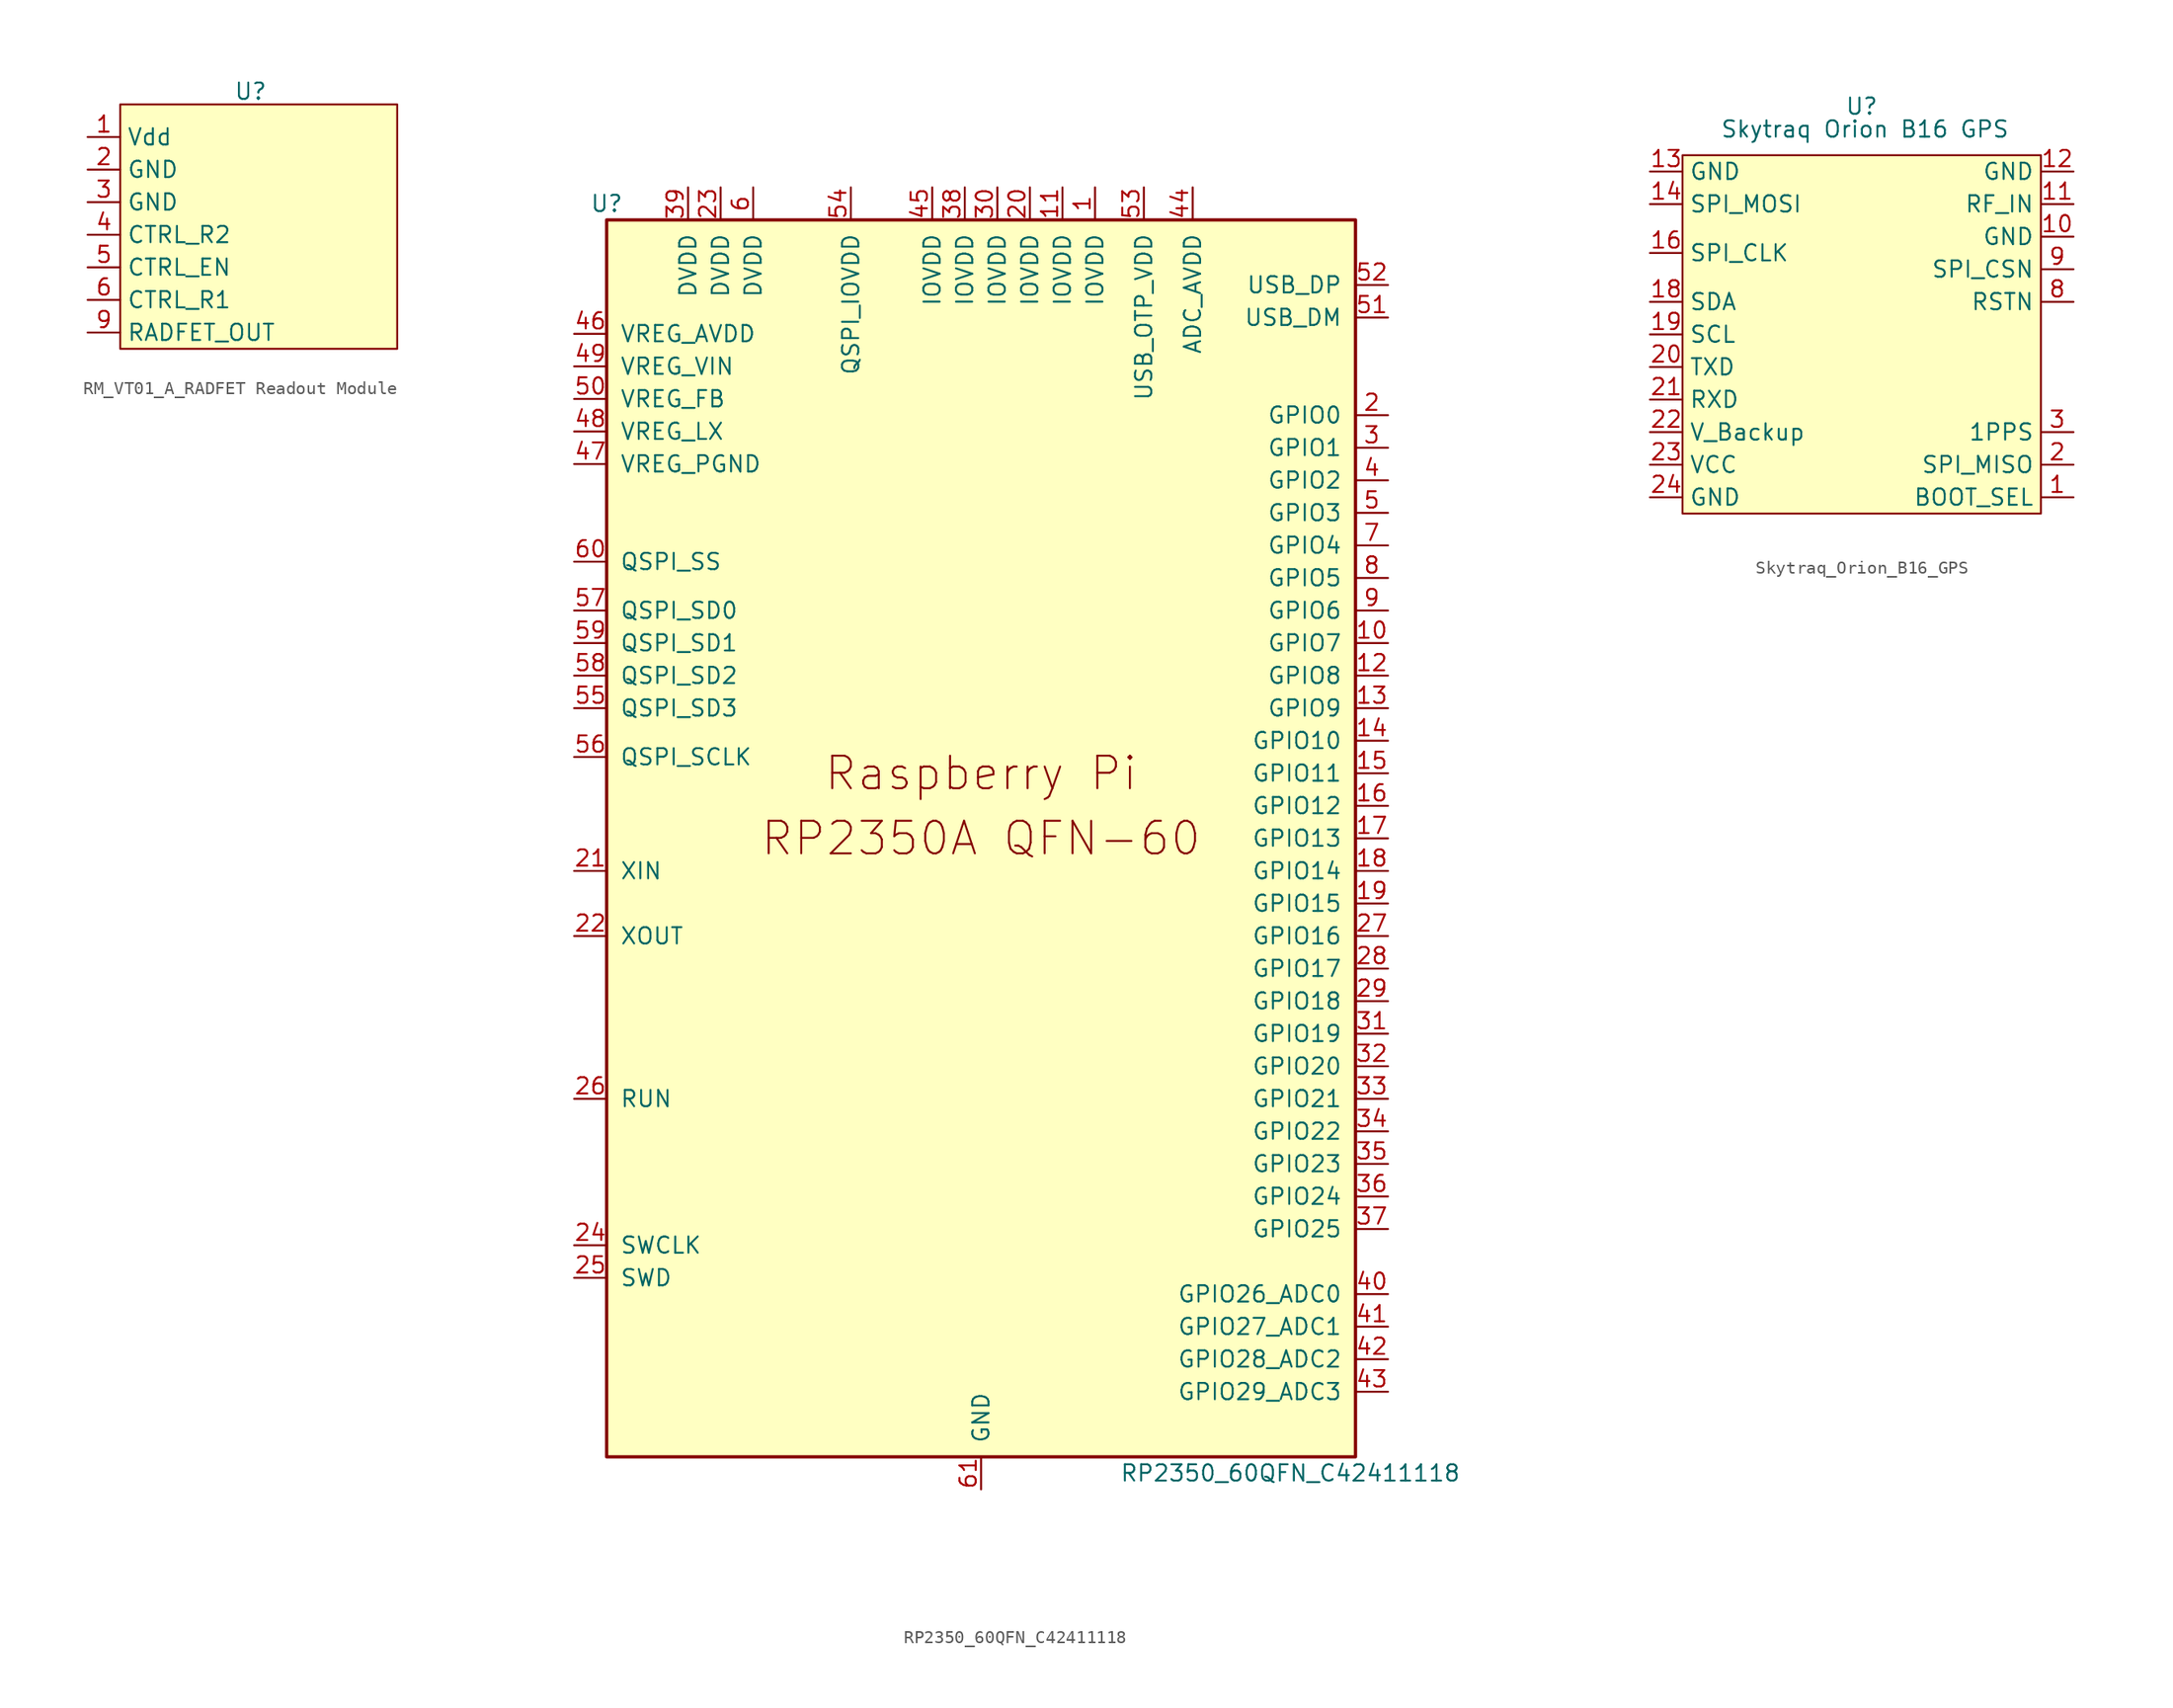
<source format=kicad_sym>
(kicad_symbol_lib
  (version 20241209)
  (generator "kicad_symbol_editor")
  (generator_version "9.0")
  (symbol "RM_VT01_A_RADFET Readout Module"
    (property "Reference" "U"
      (at 0 3.556 0)
      (effects (font (size 1.27 1.27))))
    (property "Value" ""
      (at 0 0 0)
      (effects (font (size 1.27 1.27))))
    (symbol "RM_VT01_A_RADFET Readout Module_1_1"
      (rectangle (start -10.16 2.54) (end 11.43 -16.51) (stroke (width 0) (type solid)) (fill (type background)))
      (pin input line (at -12.7 0 0) (length 2.54) (name "Vdd" (effects (font (size 1.27 1.27)))) (number "1" (effects (font (size 1.27 1.27)))))
      (pin output line (at -12.7 -2.54 0) (length 2.54) (name "GND" (effects (font (size 1.27 1.27)))) (number "2" (effects (font (size 1.27 1.27)))))
      (pin output line (at -12.7 -5.08 0) (length 2.54) (name "GND" (effects (font (size 1.27 1.27)))) (number "3" (effects (font (size 1.27 1.27)))))
      (pin input line (at -12.7 -7.62 0) (length 2.54) (name "CTRL_R2" (effects (font (size 1.27 1.27)))) (number "4" (effects (font (size 1.27 1.27)))))
      (pin input line (at -12.7 -10.16 0) (length 2.54) (name "CTRL_EN" (effects (font (size 1.27 1.27)))) (number "5" (effects (font (size 1.27 1.27)))))
      (pin input line (at -12.7 -12.7 0) (length 2.54) (name "CTRL_R1" (effects (font (size 1.27 1.27)))) (number "6" (effects (font (size 1.27 1.27)))))
      (pin output line (at -12.7 -15.24 0) (length 2.54) (name "RADFET_OUT" (effects (font (size 1.27 1.27)))) (number "9" (effects (font (size 1.27 1.27)))))))
  (symbol "RP2350_60QFN_C42411118"
    (pin_names
      (offset 1.016))
    (property "Reference" "U"
      (at -29.21 49.53 0)
      (effects (font (size 1.27 1.27))))
    (property "Value" "RP2350_60QFN_C42411118"
      (at 24.13 -49.53 0)
      (effects (font (size 1.27 1.27))))
    (symbol "RP2350_60QFN_C42411118_0_0"
      (text "Raspberry Pi" (at 0 5.08 0) (effects (font (size 2.54 2.54)))))
    (symbol "RP2350_60QFN_C42411118_0_1"
      (rectangle (start -29.21 48.26) (end 29.21 -48.26) (stroke (width 0.254) (type default)) (fill (type background))))
    (symbol "RP2350_60QFN_C42411118_1_0"
      (text "RP2350A QFN-60" (at 0 0 0) (effects (font (size 2.54 2.54)))))
    (symbol "RP2350_60QFN_C42411118_1_1"
      (pin power_in line (at -31.75 39.37 0) (length 2.54) (name "VREG_AVDD" (effects (font (size 1.27 1.27)))) (number "46" (effects (font (size 1.27 1.27)))))
      (pin power_in line (at -31.75 36.83 0) (length 2.54) (name "VREG_VIN" (effects (font (size 1.27 1.27)))) (number "49" (effects (font (size 1.27 1.27)))))
      (pin input line (at -31.75 34.29 0) (length 2.54) (name "VREG_FB" (effects (font (size 1.27 1.27)))) (number "50" (effects (font (size 1.27 1.27)))))
      (pin power_out line (at -31.75 31.75 0) (length 2.54) (name "VREG_LX" (effects (font (size 1.27 1.27)))) (number "48" (effects (font (size 1.27 1.27)))))
      (pin power_in line (at -31.75 29.21 0) (length 2.54) (name "VREG_PGND" (effects (font (size 1.27 1.27)))) (number "47" (effects (font (size 1.27 1.27)))))
      (pin bidirectional line (at -31.75 21.59 0) (length 2.54) (name "QSPI_SS" (effects (font (size 1.27 1.27)))) (number "60" (effects (font (size 1.27 1.27)))))
      (pin bidirectional line (at -31.75 17.78 0) (length 2.54) (name "QSPI_SD0" (effects (font (size 1.27 1.27)))) (number "57" (effects (font (size 1.27 1.27)))))
      (pin bidirectional line (at -31.75 15.24 0) (length 2.54) (name "QSPI_SD1" (effects (font (size 1.27 1.27)))) (number "59" (effects (font (size 1.27 1.27)))))
      (pin bidirectional line (at -31.75 12.7 0) (length 2.54) (name "QSPI_SD2" (effects (font (size 1.27 1.27)))) (number "58" (effects (font (size 1.27 1.27)))))
      (pin bidirectional line (at -31.75 10.16 0) (length 2.54) (name "QSPI_SD3" (effects (font (size 1.27 1.27)))) (number "55" (effects (font (size 1.27 1.27)))))
      (pin output line (at -31.75 6.35 0) (length 2.54) (name "QSPI_SCLK" (effects (font (size 1.27 1.27)))) (number "56" (effects (font (size 1.27 1.27)))))
      (pin input line (at -31.75 -2.54 0) (length 2.54) (name "XIN" (effects (font (size 1.27 1.27)))) (number "21" (effects (font (size 1.27 1.27)))))
      (pin passive line (at -31.75 -7.62 0) (length 2.54) (name "XOUT" (effects (font (size 1.27 1.27)))) (number "22" (effects (font (size 1.27 1.27)))))
      (pin input line (at -31.75 -20.32 0) (length 2.54) (name "RUN" (effects (font (size 1.27 1.27)))) (number "26" (effects (font (size 1.27 1.27)))))
      (pin output line (at -31.75 -31.75 0) (length 2.54) (name "SWCLK" (effects (font (size 1.27 1.27)))) (number "24" (effects (font (size 1.27 1.27)))))
      (pin bidirectional line (at -31.75 -34.29 0) (length 2.54) (name "SWD" (effects (font (size 1.27 1.27)))) (number "25" (effects (font (size 1.27 1.27)))))
      (pin power_in line (at -22.86 50.8 270) (length 2.54) (name "DVDD" (effects (font (size 1.27 1.27)))) (number "39" (effects (font (size 1.27 1.27)))))
      (pin power_in line (at -20.32 50.8 270) (length 2.54) (name "DVDD" (effects (font (size 1.27 1.27)))) (number "23" (effects (font (size 1.27 1.27)))))
      (pin power_in line (at -17.78 50.8 270) (length 2.54) (name "DVDD" (effects (font (size 1.27 1.27)))) (number "6" (effects (font (size 1.27 1.27)))))
      (pin power_in line (at -10.16 50.8 270) (length 2.54) (name "QSPI_IOVDD" (effects (font (size 1.27 1.27)))) (number "54" (effects (font (size 1.27 1.27)))))
      (pin power_in line (at -3.81 50.8 270) (length 2.54) (name "IOVDD" (effects (font (size 1.27 1.27)))) (number "45" (effects (font (size 1.27 1.27)))))
      (pin power_in line (at -1.27 50.8 270) (length 2.54) (name "IOVDD" (effects (font (size 1.27 1.27)))) (number "38" (effects (font (size 1.27 1.27)))))
      (pin power_in line (at 0 -50.8 90) (length 2.54) (name "GND" (effects (font (size 1.27 1.27)))) (number "61" (effects (font (size 1.27 1.27)))))
      (pin power_in line (at 1.27 50.8 270) (length 2.54) (name "IOVDD" (effects (font (size 1.27 1.27)))) (number "30" (effects (font (size 1.27 1.27)))))
      (pin power_in line (at 3.81 50.8 270) (length 2.54) (name "IOVDD" (effects (font (size 1.27 1.27)))) (number "20" (effects (font (size 1.27 1.27)))))
      (pin power_in line (at 6.35 50.8 270) (length 2.54) (name "IOVDD" (effects (font (size 1.27 1.27)))) (number "11" (effects (font (size 1.27 1.27)))))
      (pin power_in line (at 8.89 50.8 270) (length 2.54) (name "IOVDD" (effects (font (size 1.27 1.27)))) (number "1" (effects (font (size 1.27 1.27)))))
      (pin power_in line (at 12.7 50.8 270) (length 2.54) (name "USB_OTP_VDD" (effects (font (size 1.27 1.27)))) (number "53" (effects (font (size 1.27 1.27)))))
      (pin power_in line (at 16.51 50.8 270) (length 2.54) (name "ADC_AVDD" (effects (font (size 1.27 1.27)))) (number "44" (effects (font (size 1.27 1.27)))))
      (pin bidirectional line (at 31.75 43.18 180) (length 2.54) (name "USB_DP" (effects (font (size 1.27 1.27)))) (number "52" (effects (font (size 1.27 1.27)))))
      (pin bidirectional line (at 31.75 40.64 180) (length 2.54) (name "USB_DM" (effects (font (size 1.27 1.27)))) (number "51" (effects (font (size 1.27 1.27)))))
      (pin bidirectional line (at 31.75 33.02 180) (length 2.54) (name "GPIO0" (effects (font (size 1.27 1.27)))) (number "2" (effects (font (size 1.27 1.27)))))
      (pin bidirectional line (at 31.75 30.48 180) (length 2.54) (name "GPIO1" (effects (font (size 1.27 1.27)))) (number "3" (effects (font (size 1.27 1.27)))))
      (pin bidirectional line (at 31.75 27.94 180) (length 2.54) (name "GPIO2" (effects (font (size 1.27 1.27)))) (number "4" (effects (font (size 1.27 1.27)))))
      (pin bidirectional line (at 31.75 25.4 180) (length 2.54) (name "GPIO3" (effects (font (size 1.27 1.27)))) (number "5" (effects (font (size 1.27 1.27)))))
      (pin bidirectional line (at 31.75 22.86 180) (length 2.54) (name "GPIO4" (effects (font (size 1.27 1.27)))) (number "7" (effects (font (size 1.27 1.27)))))
      (pin bidirectional line (at 31.75 20.32 180) (length 2.54) (name "GPIO5" (effects (font (size 1.27 1.27)))) (number "8" (effects (font (size 1.27 1.27)))))
      (pin bidirectional line (at 31.75 17.78 180) (length 2.54) (name "GPIO6" (effects (font (size 1.27 1.27)))) (number "9" (effects (font (size 1.27 1.27)))))
      (pin bidirectional line (at 31.75 15.24 180) (length 2.54) (name "GPIO7" (effects (font (size 1.27 1.27)))) (number "10" (effects (font (size 1.27 1.27)))))
      (pin bidirectional line (at 31.75 12.7 180) (length 2.54) (name "GPIO8" (effects (font (size 1.27 1.27)))) (number "12" (effects (font (size 1.27 1.27)))))
      (pin bidirectional line (at 31.75 10.16 180) (length 2.54) (name "GPIO9" (effects (font (size 1.27 1.27)))) (number "13" (effects (font (size 1.27 1.27)))))
      (pin bidirectional line (at 31.75 7.62 180) (length 2.54) (name "GPIO10" (effects (font (size 1.27 1.27)))) (number "14" (effects (font (size 1.27 1.27)))))
      (pin bidirectional line (at 31.75 5.08 180) (length 2.54) (name "GPIO11" (effects (font (size 1.27 1.27)))) (number "15" (effects (font (size 1.27 1.27)))))
      (pin bidirectional line (at 31.75 2.54 180) (length 2.54) (name "GPIO12" (effects (font (size 1.27 1.27)))) (number "16" (effects (font (size 1.27 1.27)))))
      (pin bidirectional line (at 31.75 0 180) (length 2.54) (name "GPIO13" (effects (font (size 1.27 1.27)))) (number "17" (effects (font (size 1.27 1.27)))))
      (pin bidirectional line (at 31.75 -2.54 180) (length 2.54) (name "GPIO14" (effects (font (size 1.27 1.27)))) (number "18" (effects (font (size 1.27 1.27)))))
      (pin bidirectional line (at 31.75 -5.08 180) (length 2.54) (name "GPIO15" (effects (font (size 1.27 1.27)))) (number "19" (effects (font (size 1.27 1.27)))))
      (pin bidirectional line (at 31.75 -7.62 180) (length 2.54) (name "GPIO16" (effects (font (size 1.27 1.27)))) (number "27" (effects (font (size 1.27 1.27)))))
      (pin bidirectional line (at 31.75 -10.16 180) (length 2.54) (name "GPIO17" (effects (font (size 1.27 1.27)))) (number "28" (effects (font (size 1.27 1.27)))))
      (pin bidirectional line (at 31.75 -12.7 180) (length 2.54) (name "GPIO18" (effects (font (size 1.27 1.27)))) (number "29" (effects (font (size 1.27 1.27)))))
      (pin bidirectional line (at 31.75 -15.24 180) (length 2.54) (name "GPIO19" (effects (font (size 1.27 1.27)))) (number "31" (effects (font (size 1.27 1.27)))))
      (pin bidirectional line (at 31.75 -17.78 180) (length 2.54) (name "GPIO20" (effects (font (size 1.27 1.27)))) (number "32" (effects (font (size 1.27 1.27)))))
      (pin bidirectional line (at 31.75 -20.32 180) (length 2.54) (name "GPIO21" (effects (font (size 1.27 1.27)))) (number "33" (effects (font (size 1.27 1.27)))))
      (pin bidirectional line (at 31.75 -22.86 180) (length 2.54) (name "GPIO22" (effects (font (size 1.27 1.27)))) (number "34" (effects (font (size 1.27 1.27)))))
      (pin bidirectional line (at 31.75 -25.4 180) (length 2.54) (name "GPIO23" (effects (font (size 1.27 1.27)))) (number "35" (effects (font (size 1.27 1.27)))))
      (pin bidirectional line (at 31.75 -27.94 180) (length 2.54) (name "GPIO24" (effects (font (size 1.27 1.27)))) (number "36" (effects (font (size 1.27 1.27)))))
      (pin bidirectional line (at 31.75 -30.48 180) (length 2.54) (name "GPIO25" (effects (font (size 1.27 1.27)))) (number "37" (effects (font (size 1.27 1.27)))))
      (pin bidirectional line (at 31.75 -35.56 180) (length 2.54) (name "GPIO26_ADC0" (effects (font (size 1.27 1.27)))) (number "40" (effects (font (size 1.27 1.27)))))
      (pin bidirectional line (at 31.75 -38.1 180) (length 2.54) (name "GPIO27_ADC1" (effects (font (size 1.27 1.27)))) (number "41" (effects (font (size 1.27 1.27)))))
      (pin bidirectional line (at 31.75 -40.64 180) (length 2.54) (name "GPIO28_ADC2" (effects (font (size 1.27 1.27)))) (number "42" (effects (font (size 1.27 1.27)))))
      (pin bidirectional line (at 31.75 -43.18 180) (length 2.54) (name "GPIO29_ADC3" (effects (font (size 1.27 1.27)))) (number "43" (effects (font (size 1.27 1.27)))))))
  (symbol "Skytraq_Orion_B16_GPS"
    (property "Reference" "U"
      (at 0 0 0)
      (effects (font (size 1.27 1.27))))
    (property "Value" "Skytraq Orion B16 GPS"
      (at 0.254 -1.778 0)
      (effects (font (size 1.27 1.27))))
    (symbol "Skytraq_Orion_B16_GPS_1_1"
      (rectangle (start -13.97 -3.81) (end 13.97 -31.75) (stroke (width 0) (type solid)) (fill (type background)))
      (pin output line (at -16.51 -5.08 0) (length 2.54) (name "GND" (effects (font (size 1.27 1.27)))) (number "13" (effects (font (size 1.27 1.27)))))
      (pin input line (at -16.51 -7.62 0) (length 2.54) (name "SPI_MOSI" (effects (font (size 1.27 1.27)))) (number "14" (effects (font (size 1.27 1.27)))))
      (pin input line (at -16.51 -11.43 0) (length 2.54) (name "SPI_CLK" (effects (font (size 1.27 1.27)))) (number "16" (effects (font (size 1.27 1.27)))))
      (pin bidirectional line (at -16.51 -15.24 0) (length 2.54) (name "SDA" (effects (font (size 1.27 1.27)))) (number "18" (effects (font (size 1.27 1.27)))))
      (pin bidirectional line (at -16.51 -17.78 0) (length 2.54) (name "SCL" (effects (font (size 1.27 1.27)))) (number "19" (effects (font (size 1.27 1.27)))))
      (pin output line (at -16.51 -20.32 0) (length 2.54) (name "TXD" (effects (font (size 1.27 1.27)))) (number "20" (effects (font (size 1.27 1.27)))))
      (pin input line (at -16.51 -22.86 0) (length 2.54) (name "RXD" (effects (font (size 1.27 1.27)))) (number "21" (effects (font (size 1.27 1.27)))))
      (pin input line (at -16.51 -25.4 0) (length 2.54) (name "V_Backup" (effects (font (size 1.27 1.27)))) (number "22" (effects (font (size 1.27 1.27)))))
      (pin input line (at -16.51 -27.94 0) (length 2.54) (name "VCC" (effects (font (size 1.27 1.27)))) (number "23" (effects (font (size 1.27 1.27)))))
      (pin output line (at -16.51 -30.48 0) (length 2.54) (name "GND" (effects (font (size 1.27 1.27)))) (number "24" (effects (font (size 1.27 1.27)))))
      (pin output line (at 16.51 -5.08 180) (length 2.54) (name "GND" (effects (font (size 1.27 1.27)))) (number "12" (effects (font (size 1.27 1.27)))))
      (pin output line (at 16.51 -7.62 180) (length 2.54) (name "RF_IN" (effects (font (size 1.27 1.27)))) (number "11" (effects (font (size 1.27 1.27)))))
      (pin output line (at 16.51 -10.16 180) (length 2.54) (name "GND" (effects (font (size 1.27 1.27)))) (number "10" (effects (font (size 1.27 1.27)))))
      (pin input line (at 16.51 -12.7 180) (length 2.54) (name "SPI_CSN" (effects (font (size 1.27 1.27)))) (number "9" (effects (font (size 1.27 1.27)))))
      (pin input line (at 16.51 -15.24 180) (length 2.54) (name "RSTN" (effects (font (size 1.27 1.27)))) (number "8" (effects (font (size 1.27 1.27)))))
      (pin input line (at 16.51 -25.4 180) (length 2.54) (name "1PPS" (effects (font (size 1.27 1.27)))) (number "3" (effects (font (size 1.27 1.27)))))
      (pin output line (at 16.51 -27.94 180) (length 2.54) (name "SPI_MISO" (effects (font (size 1.27 1.27)))) (number "2" (effects (font (size 1.27 1.27)))))
      (pin input line (at 16.51 -30.48 180) (length 2.54) (name "BOOT_SEL" (effects (font (size 1.27 1.27)))) (number "1" (effects (font (size 1.27 1.27))))))))
</source>
